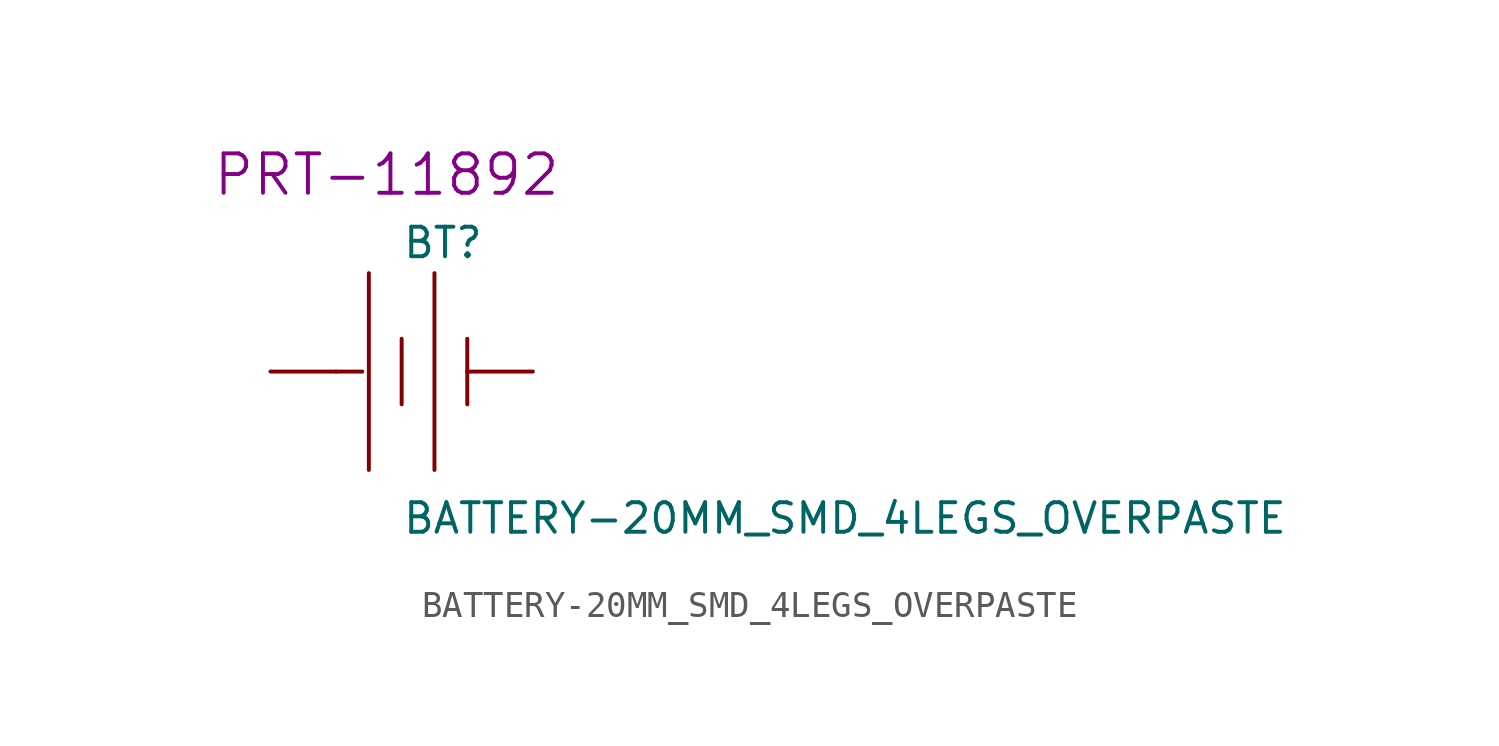
<source format=kicad_sym>
(kicad_symbol_lib
  (version 20211014)
  (generator kicad_symbol_editor)
  (symbol "BATTERY-20MM_SMD_4LEGS_OVERPASTE"
    (pin_numbers hide)
    (pin_names
      (offset 1.016) hide)
    (property "Reference" "BT"
      (at 0 4.318 0)
      (effects (font (size 1.143 1.143)) (justify left bottom)))
    (property "Value" "BATTERY-20MM_SMD_4LEGS_OVERPASTE"
      (at 0 -6.35 0)
      (effects (font (size 1.143 1.143)) (justify left bottom)))
    (property "Field4" "PRT-11892 "
      (at 0 7.62 0)
      (effects (font (size 1.524 1.524))))
    (property "ki_locked" ""
      (at 0 0 0)
      (effects (font (size 1.27 1.27))))
    (symbol "BATTERY-20MM_SMD_4LEGS_OVERPASTE_1_0"
      (polyline (pts (xy -2.54 0) (xy -1.524 0)) (stroke (width 0) (type default) (color 0 0 0 0)) (fill (type none)))
      (polyline (pts (xy -1.27 3.81) (xy -1.27 -3.81)) (stroke (width 0) (type default) (color 0 0 0 0)) (fill (type none)))
      (polyline (pts (xy 0 1.27) (xy 0 -1.27)) (stroke (width 0) (type default) (color 0 0 0 0)) (fill (type none)))
      (polyline (pts (xy 1.27 3.81) (xy 1.27 -3.81)) (stroke (width 0) (type default) (color 0 0 0 0)) (fill (type none)))
      (polyline (pts (xy 2.54 1.27) (xy 2.54 -1.27)) (stroke (width 0) (type default) (color 0 0 0 0)) (fill (type none))))
    (symbol "BATTERY-20MM_SMD_4LEGS_OVERPASTE_1_1"
      (pin power_in line (at -5.08 0 0) (length 2.54) (name "+" (effects (font (size 1.016 1.016)))) (number "1" (effects (font (size 1.016 1.016)))))
      (pin power_in line (at 5.08 0 180) (length 2.54) (name "-" (effects (font (size 1.016 1.016)))) (number "2" (effects (font (size 1.016 1.016))))))))
</source>
